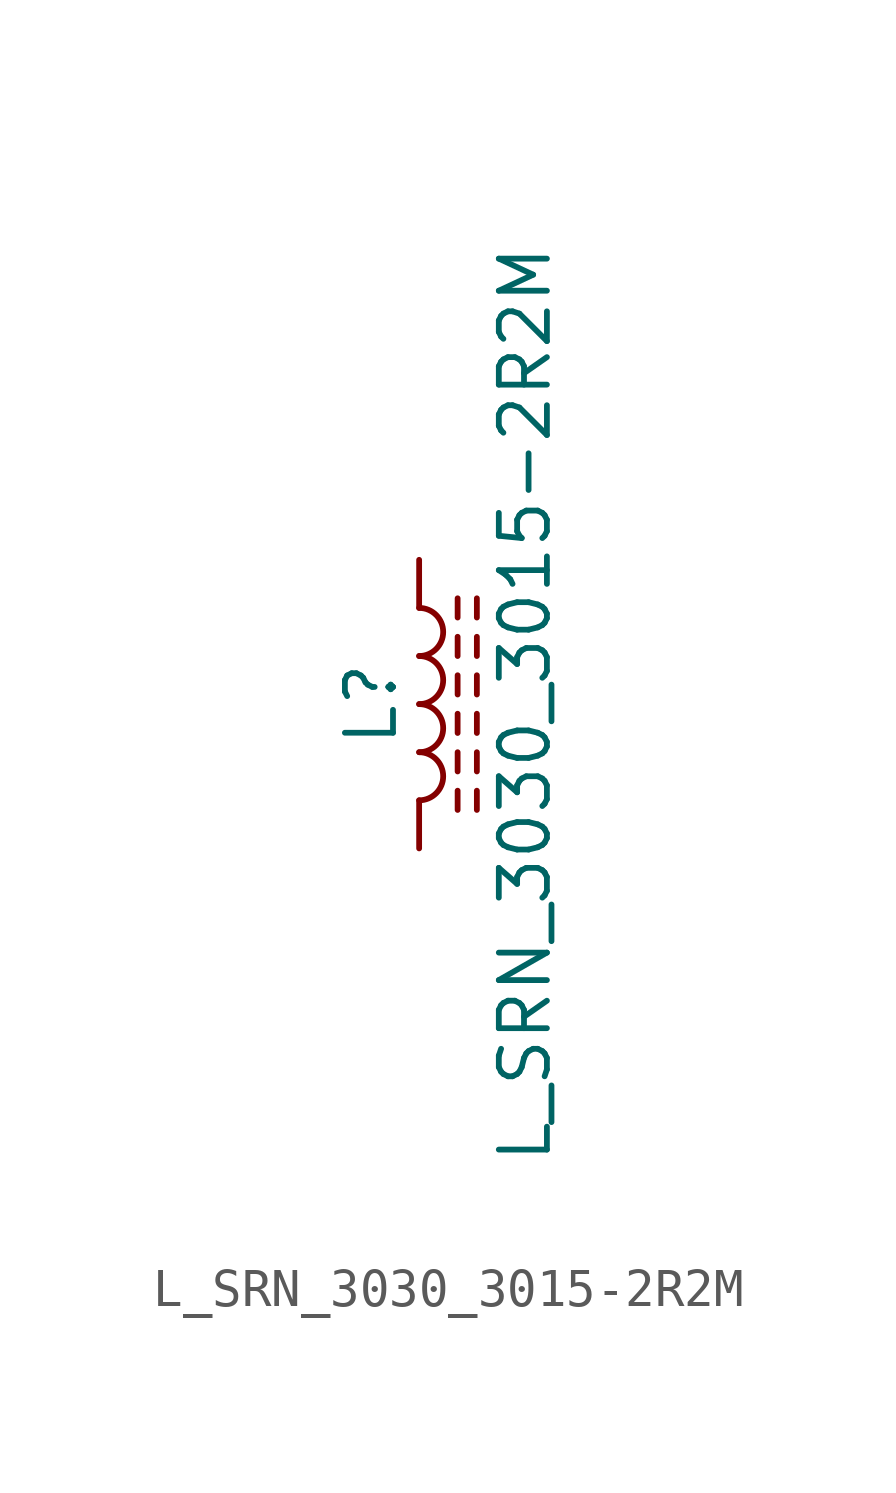
<source format=kicad_sym>
(kicad_symbol_lib
  (version 20211014)
  (generator kicad_symbol_editor)
  (symbol "L_SRN_3030_3015-2R2M"
    (pin_numbers hide)
    (pin_names
      (offset 1.016) hide)
    (property "Reference" "L"
      (at -1.27 0 90)
      (effects (font (size 1.27 1.27))))
    (property "Value" "L_SRN_3030_3015-2R2M"
      (at 2.794 0 90)
      (effects (font (size 1.27 1.27))))
    (symbol "L_SRN_3030_3015-2R2M_0_1"
      (arc (start 0 -2.54) (mid 0.635 -1.905) (end 0 -1.27) (stroke (width 0) (type default) (color 0 0 0 0)) (fill (type none)))
      (arc (start 0 -1.27) (mid 0.635 -0.635) (end 0 0) (stroke (width 0) (type default) (color 0 0 0 0)) (fill (type none)))
      (polyline (pts (xy 1.016 -2.794) (xy 1.016 -2.286)) (stroke (width 0) (type default) (color 0 0 0 0)) (fill (type none)))
      (polyline (pts (xy 1.016 -1.778) (xy 1.016 -1.27)) (stroke (width 0) (type default) (color 0 0 0 0)) (fill (type none)))
      (polyline (pts (xy 1.016 -0.762) (xy 1.016 -0.254)) (stroke (width 0) (type default) (color 0 0 0 0)) (fill (type none)))
      (polyline (pts (xy 1.016 0.254) (xy 1.016 0.762)) (stroke (width 0) (type default) (color 0 0 0 0)) (fill (type none)))
      (polyline (pts (xy 1.016 1.27) (xy 1.016 1.778)) (stroke (width 0) (type default) (color 0 0 0 0)) (fill (type none)))
      (polyline (pts (xy 1.016 2.286) (xy 1.016 2.794)) (stroke (width 0) (type default) (color 0 0 0 0)) (fill (type none)))
      (polyline (pts (xy 1.524 -2.286) (xy 1.524 -2.794)) (stroke (width 0) (type default) (color 0 0 0 0)) (fill (type none)))
      (polyline (pts (xy 1.524 -1.27) (xy 1.524 -1.778)) (stroke (width 0) (type default) (color 0 0 0 0)) (fill (type none)))
      (polyline (pts (xy 1.524 -0.254) (xy 1.524 -0.762)) (stroke (width 0) (type default) (color 0 0 0 0)) (fill (type none)))
      (polyline (pts (xy 1.524 0.762) (xy 1.524 0.254)) (stroke (width 0) (type default) (color 0 0 0 0)) (fill (type none)))
      (polyline (pts (xy 1.524 1.778) (xy 1.524 1.27)) (stroke (width 0) (type default) (color 0 0 0 0)) (fill (type none)))
      (polyline (pts (xy 1.524 2.794) (xy 1.524 2.286)) (stroke (width 0) (type default) (color 0 0 0 0)) (fill (type none)))
      (arc (start 0 0) (mid 0.635 0.635) (end 0 1.27) (stroke (width 0) (type default) (color 0 0 0 0)) (fill (type none)))
      (arc (start 0 1.27) (mid 0.635 1.905) (end 0 2.54) (stroke (width 0) (type default) (color 0 0 0 0)) (fill (type none))))
    (symbol "L_SRN_3030_3015-2R2M_1_1"
      (pin passive line (at 0 3.81 270) (length 1.27) (name "1" (effects (font (size 1.27 1.27)))) (number "1" (effects (font (size 1.27 1.27)))))
      (pin passive line (at 0 -3.81 90) (length 1.27) (name "2" (effects (font (size 1.27 1.27)))) (number "2" (effects (font (size 1.27 1.27))))))))
</source>
